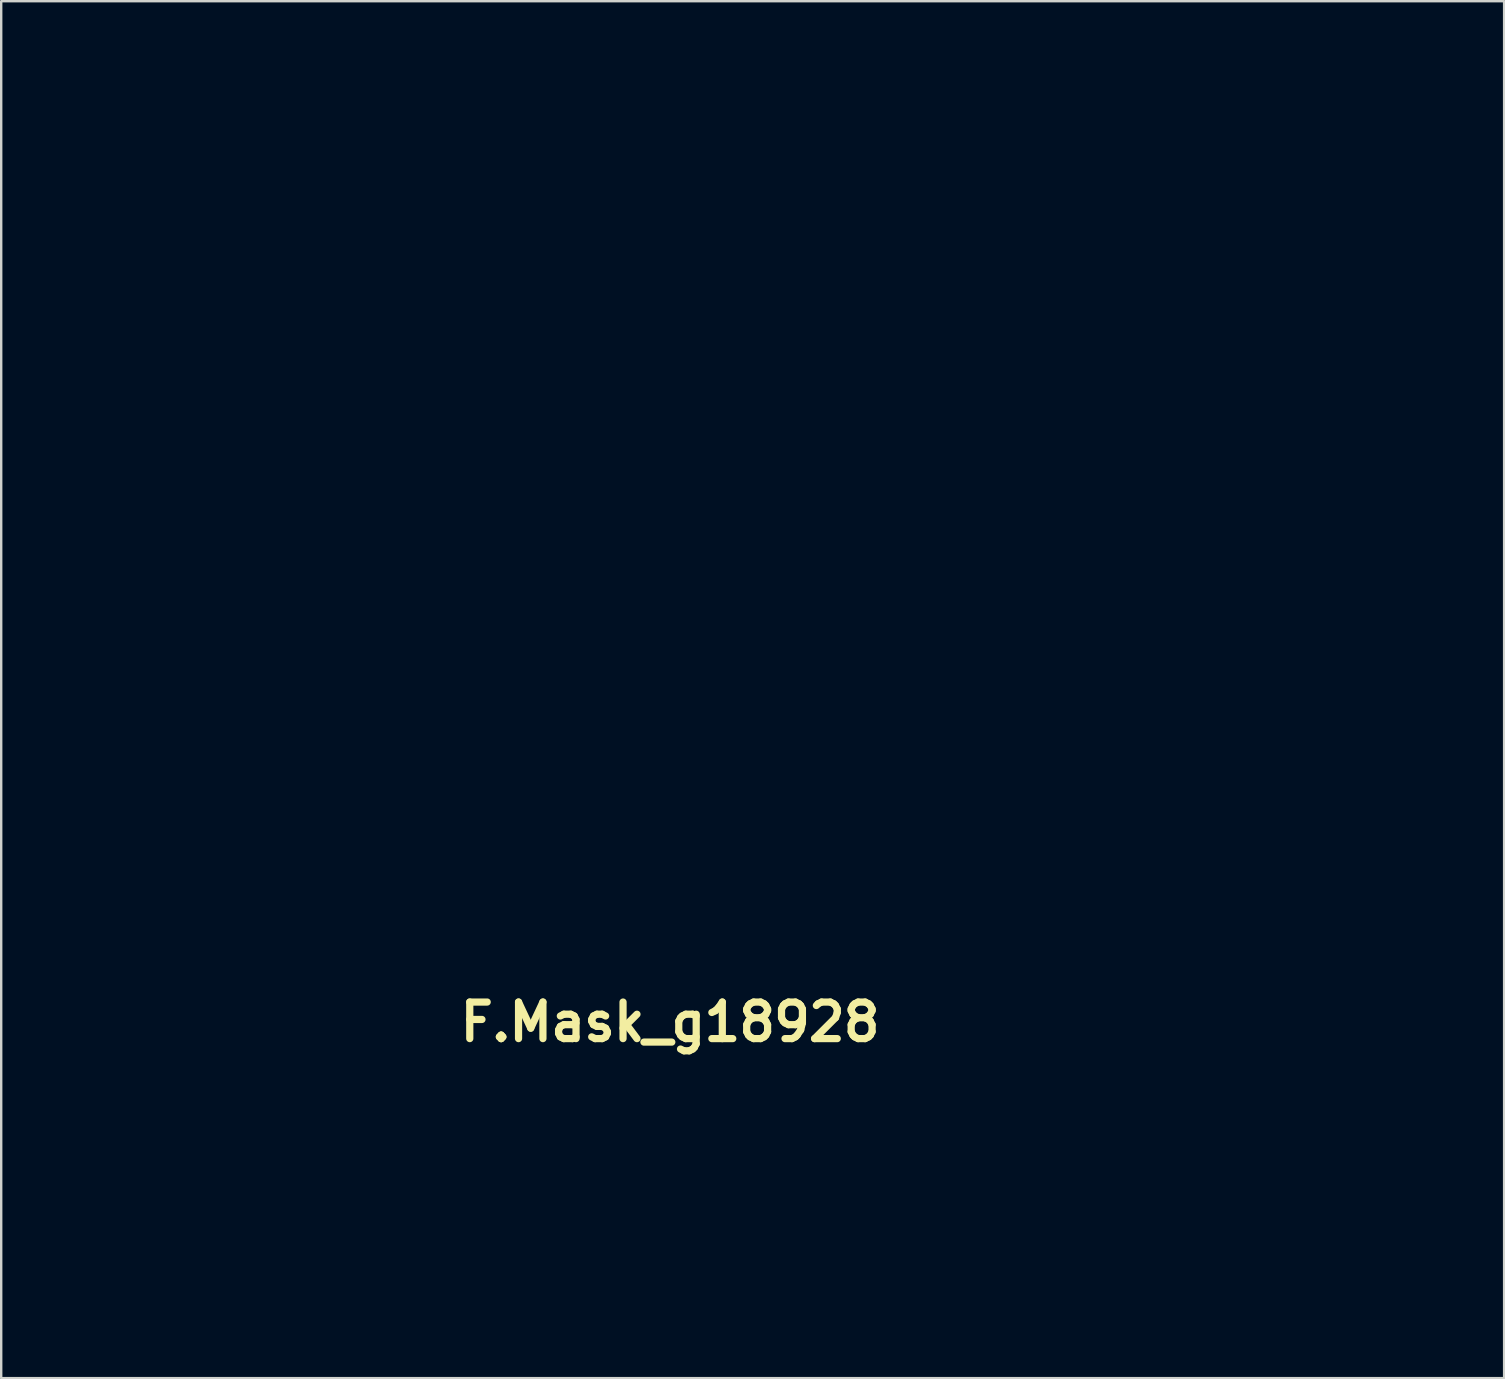
<source format=kicad_pcb>
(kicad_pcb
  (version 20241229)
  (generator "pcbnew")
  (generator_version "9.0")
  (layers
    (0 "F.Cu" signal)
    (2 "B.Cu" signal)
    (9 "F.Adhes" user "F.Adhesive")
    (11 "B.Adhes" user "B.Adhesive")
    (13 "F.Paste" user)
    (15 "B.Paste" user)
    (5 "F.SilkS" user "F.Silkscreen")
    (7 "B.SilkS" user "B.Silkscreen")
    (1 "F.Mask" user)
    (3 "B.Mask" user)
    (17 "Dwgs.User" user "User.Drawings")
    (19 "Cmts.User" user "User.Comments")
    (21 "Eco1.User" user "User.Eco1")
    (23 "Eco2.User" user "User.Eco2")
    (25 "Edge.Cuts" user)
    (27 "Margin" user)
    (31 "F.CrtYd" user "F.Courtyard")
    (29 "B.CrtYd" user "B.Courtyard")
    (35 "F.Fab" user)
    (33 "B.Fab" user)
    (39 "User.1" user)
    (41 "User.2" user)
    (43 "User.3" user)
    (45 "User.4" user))
  (footprint "F.Mask_g18928"
    (layer "F.Cu")
    (at 24.871 39.539)
    (property "Reference" "F.Mask_g18928" (at 0 0 0) (layer "F.SilkS") (effects (font (size 1.524 1.524) (thickness 0.3))))
    (attr through_hole)
    (fp_poly (pts (xy -21.534 -19.833) (xy -21.523 -19.66) (xy -21.534 -19.622) (xy -21.565 -19.611) (xy -21.577 -19.727) (xy -21.563 -19.848) (xy -21.534 -19.833)) (stroke (width 0.01) (type solid)) (fill yes) (layer "F.Mask"))
    (fp_poly (pts (xy 23.604 -22.479) (xy 23.687 -22.368) (xy 23.65 -22.282) (xy 23.587 -22.267) (xy 23.47 -22.336) (xy 23.453 -22.401) (xy 23.502 -22.494) (xy 23.604 -22.479)) (stroke (width 0.01) (type solid)) (fill yes) (layer "F.Mask"))
    (fp_poly (pts (xy -19.757 -29.512) (xy -19.727 -29.464) (xy -19.8 -29.401) (xy -19.944 -29.379) (xy -20.088 -29.406) (xy -20.108 -29.464) (xy -19.989 -29.535) (xy -19.892 -29.549) (xy -19.757 -29.512)) (stroke (width 0.01) (type solid)) (fill yes) (layer "F.Mask"))
    (fp_poly (pts (xy 12.786 -25.526) (xy 12.831 -25.429) (xy 12.767 -25.334) (xy 12.7 -25.315) (xy 12.59 -25.376) (xy 12.577 -25.394) (xy 12.582 -25.495) (xy 12.684 -25.548) (xy 12.786 -25.526)) (stroke (width 0.01) (type solid)) (fill yes) (layer "F.Mask"))
    (fp_poly (pts (xy 21.051 -24.416) (xy 21.082 -24.342) (xy 21.011 -24.238) (xy 20.913 -24.215) (xy 20.775 -24.268) (xy 20.743 -24.342) (xy 20.814 -24.445) (xy 20.913 -24.469) (xy 21.051 -24.416)) (stroke (width 0.01) (type solid)) (fill yes) (layer "F.Mask"))
    (fp_poly (pts (xy 23.791 -22.927) (xy 23.791 -22.918) (xy 23.748 -22.777) (xy 23.657 -22.72) (xy 23.586 -22.764) (xy 23.603 -22.873) (xy 23.665 -22.945) (xy 23.765 -23.004) (xy 23.791 -22.927)) (stroke (width 0.01) (type solid)) (fill yes) (layer "F.Mask"))
    (fp_poly (pts (xy 28.372 -23.942) (xy 28.376 -23.918) (xy 28.31 -23.819) (xy 28.285 -23.808) (xy 28.208 -23.848) (xy 28.194 -23.918) (xy 28.237 -24.024) (xy 28.285 -24.029) (xy 28.372 -23.942)) (stroke (width 0.01) (type solid)) (fill yes) (layer "F.Mask"))
    (fp_poly (pts (xy -3.38 -30.247) (xy -3.321 -30.096) (xy -3.388 -29.929) (xy -3.533 -29.813) (xy -3.654 -29.862) (xy -3.711 -29.951) (xy -3.757 -30.154) (xy -3.67 -30.283) (xy -3.546 -30.311) (xy -3.38 -30.247)) (stroke (width 0.01) (type solid)) (fill yes) (layer "F.Mask"))
    (fp_poly (pts (xy 19.912 -26.603) (xy 19.919 -26.597) (xy 19.963 -26.48) (xy 19.879 -26.399) (xy 19.708 -26.394) (xy 19.706 -26.394) (xy 19.58 -26.462) (xy 19.558 -26.51) (xy 19.626 -26.612) (xy 19.772 -26.65) (xy 19.912 -26.603)) (stroke (width 0.01) (type solid)) (fill yes) (layer "F.Mask"))
    (fp_poly (pts (xy -4.064 -29.744) (xy -3.997 -29.613) (xy -4.042 -29.481) (xy -4.073 -29.457) (xy -4.252 -29.392) (xy -4.436 -29.389) (xy -4.556 -29.446) (xy -4.572 -29.489) (xy -4.498 -29.667) (xy -4.322 -29.785) (xy -4.214 -29.803) (xy -4.064 -29.744)) (stroke (width 0.01) (type solid)) (fill yes) (layer "F.Mask"))
    (fp_poly (pts (xy 19.156 -26.808) (xy 19.332 -26.767) (xy 19.41 -26.756) (xy 19.472 -26.69) (xy 19.473 -26.67) (xy 19.4 -26.611) (xy 19.222 -26.585) (xy 19.219 -26.585) (xy 19.024 -26.619) (xy 18.965 -26.722) (xy 19.01 -26.818) (xy 19.156 -26.808)) (stroke (width 0.01) (type solid)) (fill yes) (layer "F.Mask"))
    (fp_poly (pts (xy 22.502 -27.489) (xy 22.63 -27.429) (xy 22.648 -27.39) (xy 22.577 -27.322) (xy 22.41 -27.284) (xy 22.22 -27.282) (xy 22.081 -27.321) (xy 22.058 -27.343) (xy 22.073 -27.445) (xy 22.129 -27.482) (xy 22.311 -27.511) (xy 22.502 -27.489)) (stroke (width 0.01) (type solid)) (fill yes) (layer "F.Mask"))
    (fp_poly (pts (xy 24.484 -22.624) (xy 24.524 -22.524) (xy 24.434 -22.397) (xy 24.386 -22.354) (xy 24.171 -22.214) (xy 23.997 -22.184) (xy 23.899 -22.263) (xy 23.891 -22.371) (xy 23.983 -22.536) (xy 24.16 -22.649) (xy 24.356 -22.68) (xy 24.484 -22.624)) (stroke (width 0.01) (type solid)) (fill yes) (layer "F.Mask"))
    (fp_poly (pts (xy 25.717 -26.072) (xy 25.911 -25.967) (xy 26.056 -25.855) (xy 26.095 -25.781) (xy 26.023 -25.683) (xy 25.864 -25.694) (xy 25.657 -25.808) (xy 25.6 -25.854) (xy 25.461 -26.004) (xy 25.418 -26.115) (xy 25.426 -26.132) (xy 25.535 -26.137) (xy 25.717 -26.072)) (stroke (width 0.01) (type solid)) (fill yes) (layer "F.Mask"))
    (fp_poly (pts (xy 21.163 -27.676) (xy 21.399 -27.649) (xy 21.503 -27.609) (xy 21.505 -27.601) (xy 21.426 -27.559) (xy 21.21 -27.53) (xy 20.889 -27.517) (xy 20.828 -27.517) (xy 20.493 -27.527) (xy 20.257 -27.554) (xy 20.153 -27.594) (xy 20.151 -27.601) (xy 20.23 -27.643) (xy 20.446 -27.673) (xy 20.767 -27.686) (xy 20.828 -27.686) (xy 21.163 -27.676)) (stroke (width 0.01) (type solid)) (fill yes) (layer "F.Mask"))
    (fp_poly (pts (xy 11.969 -30.644) (xy 12.152 -30.463) (xy 12.259 -30.223) (xy 12.266 -29.952) (xy 12.148 -29.676) (xy 12.086 -29.599) (xy 11.807 -29.389) (xy 11.5 -29.341) (xy 11.239 -29.426) (xy 11.095 -29.528) (xy 11.027 -29.664) (xy 11.007 -29.895) (xy 11.007 -29.96) (xy 11.029 -30.251) (xy 11.112 -30.447) (xy 11.214 -30.56) (xy 11.475 -30.72) (xy 11.735 -30.738) (xy 11.969 -30.644)) (stroke (width 0.01) (type solid)) (fill yes) (layer "F.Mask"))
    (fp_poly (pts (xy -7.281 2.908) (xy -7.288 3.277) (xy -7.314 3.517) (xy -7.365 3.667) (xy -7.436 3.755) (xy -7.683 3.882) (xy -7.956 3.883) (xy -8.192 3.763) (xy -8.267 3.677) (xy -8.344 3.529) (xy -8.369 3.366) (xy -8.346 3.129) (xy -8.315 2.949) (xy -8.234 2.588) (xy -8.136 2.365) (xy -7.994 2.248) (xy -7.779 2.205) (xy -7.652 2.201) (xy -7.281 2.201) (xy -7.281 2.908)) (stroke (width 0.01) (type solid)) (fill yes) (layer "F.Mask"))
    (fp_poly (pts (xy 7.121 8.829) (xy 7.244 8.93) (xy 7.328 9.099) (xy 7.42 9.414) (xy 7.446 9.721) (xy 7.403 9.964) (xy 7.336 10.065) (xy 7.186 10.134) (xy 6.943 10.195) (xy 6.834 10.213) (xy 6.446 10.266) (xy 6.388 9.954) (xy 6.361 9.613) (xy 6.393 9.274) (xy 6.476 9.004) (xy 6.526 8.925) (xy 6.673 8.843) (xy 6.898 8.806) (xy 6.915 8.805) (xy 7.121 8.829)) (stroke (width 0.01) (type solid)) (fill yes) (layer "F.Mask"))
    (fp_poly (pts (xy -5.032 -30.188) (xy -5.003 -30.1) (xy -5.115 -30.006) (xy -5.122 -30.003) (xy -5.235 -29.89) (xy -5.249 -29.826) (xy -5.227 -29.743) (xy -5.135 -29.792) (xy -5.119 -29.806) (xy -4.97 -29.868) (xy -4.882 -29.811) (xy -4.894 -29.682) (xy -4.954 -29.602) (xy -5.155 -29.476) (xy -5.34 -29.517) (xy -5.423 -29.596) (xy -5.487 -29.788) (xy -5.437 -30.001) (xy -5.299 -30.165) (xy -5.184 -30.211) (xy -5.032 -30.188)) (stroke (width 0.01) (type solid)) (fill yes) (layer "F.Mask"))
    (fp_poly (pts (xy 1.814 2.053) (xy 2.139 2.134) (xy 2.454 2.297) (xy 2.692 2.586) (xy 2.868 3.018) (xy 2.885 3.076) (xy 2.931 3.326) (xy 2.894 3.509) (xy 2.84 3.605) (xy 2.65 3.783) (xy 2.436 3.801) (xy 2.213 3.66) (xy 2.078 3.492) (xy 1.959 3.278) (xy 1.823 2.984) (xy 1.693 2.664) (xy 1.588 2.37) (xy 1.53 2.155) (xy 1.524 2.103) (xy 1.598 2.04) (xy 1.814 2.053)) (stroke (width 0.01) (type solid)) (fill yes) (layer "F.Mask"))
    (fp_poly (pts (xy 9.163 3.887) (xy 9.402 3.968) (xy 9.595 4.062) (xy 9.658 4.114) (xy 9.711 4.293) (xy 9.68 4.553) (xy 9.579 4.836) (xy 9.422 5.086) (xy 9.203 5.268) (xy 8.976 5.332) (xy 8.786 5.271) (xy 8.744 5.228) (xy 8.646 5.059) (xy 8.604 4.96) (xy 8.588 4.791) (xy 8.61 4.537) (xy 8.659 4.259) (xy 8.723 4.015) (xy 8.792 3.866) (xy 8.809 3.85) (xy 8.943 3.841) (xy 9.163 3.887)) (stroke (width 0.01) (type solid)) (fill yes) (layer "F.Mask"))
    (fp_poly (pts (xy -10.118 2.323) (xy -9.972 2.5) (xy -9.853 2.808) (xy -9.773 3.206) (xy -9.743 3.614) (xy -9.766 4.039) (xy -9.859 4.334) (xy -10.037 4.531) (xy -10.199 4.618) (xy -10.465 4.713) (xy -10.662 4.724) (xy -10.866 4.654) (xy -10.895 4.641) (xy -11.099 4.455) (xy -11.234 4.155) (xy -11.295 3.783) (xy -11.278 3.382) (xy -11.177 2.994) (xy -11.095 2.818) (xy -10.876 2.532) (xy -10.615 2.342) (xy -10.348 2.266) (xy -10.118 2.323)) (stroke (width 0.01) (type solid)) (fill yes) (layer "F.Mask"))
    (fp_poly (pts (xy -5.359 8.398) (xy -5.159 8.424) (xy -5.062 8.491) (xy -5.023 8.649) (xy -5.011 8.799) (xy -4.967 9.073) (xy -4.89 9.3) (xy -4.863 9.347) (xy -4.754 9.6) (xy -4.773 9.832) (xy -4.914 9.992) (xy -4.915 9.993) (xy -5.086 10.047) (xy -5.365 10.099) (xy -5.671 10.135) (xy -6.253 10.184) (xy -6.313 9.867) (xy -6.315 9.423) (xy -6.17 8.984) (xy -5.929 8.639) (xy -5.735 8.463) (xy -5.55 8.396) (xy -5.359 8.398)) (stroke (width 0.01) (type solid)) (fill yes) (layer "F.Mask"))
    (fp_poly (pts (xy -2.586 2.112) (xy -2.384 2.336) (xy -2.231 2.685) (xy -2.14 3.135) (xy -2.117 3.54) (xy -2.17 3.949) (xy -2.326 4.23) (xy -2.582 4.377) (xy -2.779 4.4) (xy -3.026 4.377) (xy -3.216 4.323) (xy -3.23 4.316) (xy -3.364 4.192) (xy -3.513 3.99) (xy -3.536 3.952) (xy -3.703 3.669) (xy -3.471 2.978) (xy -3.325 2.565) (xy -3.202 2.289) (xy -3.087 2.126) (xy -2.961 2.049) (xy -2.829 2.032) (xy -2.586 2.112)) (stroke (width 0.01) (type solid)) (fill yes) (layer "F.Mask"))
    (fp_poly (pts (xy -1.097 -34.244) (xy -1.036 -34.184) (xy -0.954 -34.008) (xy -0.876 -33.713) (xy -0.812 -33.351) (xy -0.771 -32.974) (xy -0.762 -32.726) (xy -0.806 -32.342) (xy -0.939 -32.102) (xy -1.163 -32.006) (xy -1.477 -32.051) (xy -1.582 -32.089) (xy -1.782 -32.248) (xy -1.911 -32.498) (xy -1.955 -32.78) (xy -1.897 -33.032) (xy -1.831 -33.125) (xy -1.733 -33.285) (xy -1.655 -33.517) (xy -1.651 -33.533) (xy -1.54 -33.906) (xy -1.402 -34.158) (xy -1.25 -34.275) (xy -1.097 -34.244)) (stroke (width 0.01) (type solid)) (fill yes) (layer "F.Mask"))
    (fp_poly (pts (xy 23.318 -27.239) (xy 23.34 -27.228) (xy 23.59 -27.111) (xy 23.791 -27.023) (xy 24.196 -26.852) (xy 24.544 -26.69) (xy 24.806 -26.551) (xy 24.954 -26.451) (xy 24.977 -26.419) (xy 24.947 -26.331) (xy 24.842 -26.311) (xy 24.64 -26.363) (xy 24.318 -26.489) (xy 24.168 -26.553) (xy 23.822 -26.705) (xy 23.501 -26.846) (xy 23.262 -26.951) (xy 23.22 -26.97) (xy 23.036 -27.083) (xy 22.946 -27.203) (xy 22.945 -27.219) (xy 22.977 -27.325) (xy 23.093 -27.331) (xy 23.318 -27.239)) (stroke (width 0.01) (type solid)) (fill yes) (layer "F.Mask"))
    (fp_poly (pts (xy -3.328 8.228) (xy -3.095 8.335) (xy -2.923 8.589) (xy -2.821 8.973) (xy -2.794 9.381) (xy -2.804 9.696) (xy -2.846 9.9) (xy -2.936 10.05) (xy -3.002 10.122) (xy -3.169 10.252) (xy -3.372 10.314) (xy -3.662 10.329) (xy -3.937 10.311) (xy -4.147 10.265) (xy -4.216 10.228) (xy -4.304 10.032) (xy -4.31 9.73) (xy -4.238 9.362) (xy -4.094 8.967) (xy -4.077 8.932) (xy -3.891 8.574) (xy -3.728 8.352) (xy -3.561 8.244) (xy -3.365 8.224) (xy -3.328 8.228)) (stroke (width 0.01) (type solid)) (fill yes) (layer "F.Mask"))
    (fp_poly (pts (xy -7.605 8.27) (xy -7.497 8.441) (xy -7.515 8.724) (xy -7.526 8.769) (xy -7.571 9.003) (xy -7.531 9.17) (xy -7.442 9.301) (xy -7.332 9.539) (xy -7.333 9.788) (xy -7.441 9.981) (xy -7.479 10.01) (xy -7.618 10.048) (xy -7.848 10.069) (xy -8.109 10.072) (xy -8.34 10.057) (xy -8.481 10.024) (xy -8.496 10.011) (xy -8.576 9.778) (xy -8.606 9.467) (xy -8.583 9.164) (xy -8.547 9.037) (xy -8.373 8.686) (xy -8.169 8.411) (xy -7.961 8.246) (xy -7.838 8.213) (xy -7.605 8.27)) (stroke (width 0.01) (type solid)) (fill yes) (layer "F.Mask"))
    (fp_poly (pts (xy -0.484 8.923) (xy -0.199 9.011) (xy -0.023 9.166) (xy 0.062 9.416) (xy 0.072 9.791) (xy 0.066 9.893) (xy 0.037 10.2) (xy 0.000321 10.444) (xy -0.035 10.572) (xy -0.161 10.636) (xy -0.4 10.661) (xy -0.702 10.648) (xy -1.015 10.599) (xy -1.228 10.539) (xy -1.44 10.463) (xy -1.571 10.42) (xy -1.587 10.415) (xy -1.621 10.34) (xy -1.603 10.154) (xy -1.545 9.903) (xy -1.456 9.634) (xy -1.4 9.504) (xy -1.192 9.155) (xy -0.955 8.96) (xy -0.663 8.903) (xy -0.484 8.923)) (stroke (width 0.01) (type solid)) (fill yes) (layer "F.Mask"))
    (fp_poly (pts (xy 0.606 2.147) (xy 0.681 2.331) (xy 0.729 2.67) (xy 0.751 3.168) (xy 0.752 3.202) (xy 0.745 3.612) (xy 0.698 3.889) (xy 0.598 4.068) (xy 0.43 4.184) (xy 0.328 4.224) (xy 0.084 4.297) (xy -0.098 4.3) (xy -0.311 4.231) (xy -0.393 4.196) (xy -0.652 3.998) (xy -0.789 3.685) (xy -0.801 3.258) (xy -0.761 2.999) (xy -0.634 2.595) (xy -0.454 2.322) (xy -0.232 2.196) (xy -0.191 2.19) (xy 0.171 2.16) (xy 0.402 2.13) (xy 0.503 2.108) (xy 0.606 2.147)) (stroke (width 0.01) (type solid)) (fill yes) (layer "F.Mask"))
    (fp_poly (pts (xy -5.034 1.987) (xy -4.927 2.065) (xy -4.877 2.134) (xy -4.738 2.459) (xy -4.673 2.86) (xy -4.68 3.28) (xy -4.757 3.668) (xy -4.902 3.969) (xy -4.956 4.032) (xy -5.23 4.197) (xy -5.565 4.246) (xy -5.899 4.178) (xy -6.153 4.015) (xy -6.269 3.884) (xy -6.33 3.75) (xy -6.348 3.561) (xy -6.334 3.263) (xy -6.331 3.221) (xy -6.284 2.866) (xy -6.206 2.527) (xy -6.129 2.318) (xy -6.029 2.131) (xy -5.924 2.03) (xy -5.759 1.985) (xy -5.487 1.964) (xy -5.203 1.958) (xy -5.034 1.987)) (stroke (width 0.01) (type solid)) (fill yes) (layer "F.Mask"))
    (fp_poly (pts (xy 5.026 2.737) (xy 5.248 2.809) (xy 5.462 2.886) (xy 5.9 3.124) (xy 6.203 3.462) (xy 6.376 3.905) (xy 6.415 4.175) (xy 6.426 4.448) (xy 6.389 4.623) (xy 6.282 4.771) (xy 6.202 4.85) (xy 5.962 5.02) (xy 5.699 5.126) (xy 5.663 5.133) (xy 5.429 5.14) (xy 5.245 5.045) (xy 5.152 4.96) (xy 4.985 4.733) (xy 4.881 4.487) (xy 4.879 4.476) (xy 4.849 4.243) (xy 4.832 3.934) (xy 4.826 3.592) (xy 4.832 3.257) (xy 4.849 2.971) (xy 4.875 2.775) (xy 4.907 2.709) (xy 5.026 2.737)) (stroke (width 0.01) (type solid)) (fill yes) (layer "F.Mask"))
    (fp_poly (pts (xy -9.823 7.409) (xy -9.701 7.481) (xy -9.538 7.649) (xy -9.354 7.931) (xy -9.175 8.277) (xy -9.025 8.638) (xy -8.929 8.965) (xy -8.914 9.051) (xy -8.904 9.328) (xy -8.976 9.516) (xy -9.019 9.569) (xy -9.203 9.701) (xy -9.393 9.732) (xy -9.523 9.655) (xy -9.633 9.611) (xy -9.823 9.623) (xy -10.001 9.632) (xy -10.163 9.559) (xy -10.367 9.377) (xy -10.37 9.374) (xy -10.549 9.175) (xy -10.637 8.995) (xy -10.666 8.756) (xy -10.668 8.623) (xy -10.599 8.137) (xy -10.398 7.743) (xy -10.122 7.488) (xy -9.954 7.397) (xy -9.823 7.409)) (stroke (width 0.01) (type solid)) (fill yes) (layer "F.Mask"))
    (fp_poly (pts (xy 2.054 9.293) (xy 2.099 9.337) (xy 2.255 9.588) (xy 2.386 9.957) (xy 2.48 10.395) (xy 2.526 10.85) (xy 2.524 11.149) (xy 2.487 11.464) (xy 2.427 11.698) (xy 2.356 11.829) (xy 2.286 11.833) (xy 2.236 11.725) (xy 2.13 11.561) (xy 1.925 11.373) (xy 1.677 11.204) (xy 1.443 11.092) (xy 1.318 11.071) (xy 1.077 11.025) (xy 0.874 10.883) (xy 0.767 10.689) (xy 0.762 10.639) (xy 0.805 10.318) (xy 0.915 9.953) (xy 1.067 9.614) (xy 1.235 9.372) (xy 1.239 9.367) (xy 1.513 9.185) (xy 1.795 9.16) (xy 2.054 9.293)) (stroke (width 0.01) (type solid)) (fill yes) (layer "F.Mask"))
    (fp_poly (pts (xy 10.684 4.414) (xy 10.918 4.56) (xy 11.246 4.825) (xy 11.434 5.1) (xy 11.508 5.43) (xy 11.512 5.53) (xy 11.472 5.891) (xy 11.343 6.108) (xy 11.127 6.181) (xy 11.126 6.181) (xy 10.98 6.192) (xy 10.971 6.256) (xy 11.044 6.369) (xy 11.154 6.554) (xy 11.14 6.672) (xy 10.987 6.781) (xy 10.926 6.813) (xy 10.608 6.926) (xy 10.325 6.931) (xy 10.12 6.831) (xy 10.07 6.764) (xy 10.021 6.593) (xy 10.028 6.34) (xy 10.069 6.066) (xy 10.13 5.689) (xy 10.19 5.255) (xy 10.225 4.954) (xy 10.277 4.598) (xy 10.354 4.399) (xy 10.482 4.342) (xy 10.684 4.414)) (stroke (width 0.01) (type solid)) (fill yes) (layer "F.Mask"))
    (fp_poly (pts (xy -7.397 -30.998) (xy -7.303 -30.805) (xy -7.233 -30.6) (xy -7.159 -30.331) (xy -7.138 -30.169) (xy -7.175 -30.057) (xy -7.273 -29.938) (xy -7.288 -29.923) (xy -7.496 -29.748) (xy -7.661 -29.727) (xy -7.796 -29.864) (xy -7.914 -30.165) (xy -7.92 -30.184) (xy -8.005 -30.435) (xy -8.083 -30.604) (xy -8.127 -30.649) (xy -8.247 -30.614) (xy -8.436 -30.53) (xy -8.439 -30.529) (xy -8.636 -30.454) (xy -8.94 -30.364) (xy -9.291 -30.278) (xy -9.356 -30.264) (xy -9.721 -30.178) (xy -10.149 -30.066) (xy -10.598 -29.939) (xy -11.029 -29.81) (xy -11.402 -29.691) (xy -11.678 -29.592) (xy -11.789 -29.543) (xy -11.977 -29.475) (xy -12.061 -29.464) (xy -12.207 -29.426) (xy -12.463 -29.323) (xy -12.793 -29.173) (xy -13.159 -28.996) (xy -13.524 -28.809) (xy -13.851 -28.631) (xy -14.103 -28.481) (xy -14.216 -28.399) (xy -14.478 -28.179) (xy -14.478 -27.177) (xy -14.473 -26.719) (xy -14.451 -26.354) (xy -14.404 -26.02) (xy -14.322 -25.655) (xy -14.196 -25.197) (xy -14.182 -25.146) (xy -14.069 -24.749) (xy -13.976 -24.411) (xy -13.912 -24.164) (xy -13.886 -24.043) (xy -13.885 -24.039) (xy -13.944 -23.961) (xy -14.081 -23.97) (xy -14.241 -24.05) (xy -14.355 -24.167) (xy -14.575 -24.599) (xy -14.764 -25.163) (xy -14.914 -25.821) (xy -15.018 -26.538) (xy -15.068 -27.276) (xy -15.071 -27.507) (xy -15.071 -28.321) (xy -14.775 -28.557) (xy -14.242 -28.919) (xy -13.551 -29.286) (xy -12.712 -29.651) (xy -11.736 -30.012) (xy -10.633 -30.363) (xy -10.368 -30.44) (xy -9.828 -30.588) (xy -9.271 -30.729) (xy -8.731 -30.854) (xy -8.24 -30.958) (xy -7.832 -31.032) (xy -7.542 -31.069) (xy -7.474 -31.072) (xy -7.397 -30.998)) (stroke (width 0.01) (type solid)) (fill yes) (layer "F.Mask"))
    (fp_poly (pts (xy 10.032 -39.534) (xy 10.316 -39.521) (xy 10.471 -39.495) (xy 10.493 -39.476) (xy 10.424 -39.406) (xy 10.242 -39.269) (xy 9.977 -39.087) (xy 9.764 -38.947) (xy 9.287 -38.611) (xy 8.894 -38.258) (xy 8.51 -37.82) (xy 8.499 -37.807) (xy 8.271 -37.509) (xy 8.091 -37.247) (xy 7.981 -37.055) (xy 7.959 -36.985) (xy 7.893 -36.876) (xy 7.689 -36.733) (xy 7.337 -36.547) (xy 7.224 -36.494) (xy 6.571 -36.166) (xy 5.902 -35.792) (xy 5.255 -35.395) (xy 4.668 -34.999) (xy 4.178 -34.627) (xy 3.939 -34.419) (xy 3.659 -34.158) (xy 3.478 -33.993) (xy 3.374 -33.907) (xy 3.32 -33.882) (xy 3.293 -33.9) (xy 3.276 -33.93) (xy 3.241 -34.038) (xy 3.183 -34.267) (xy 3.113 -34.571) (xy 3.098 -34.641) (xy 2.934 -35.176) (xy 2.686 -35.722) (xy 2.388 -36.217) (xy 2.126 -36.542) (xy 1.99 -36.792) (xy 1.994 -37.12) (xy 2.138 -37.532) (xy 2.314 -37.86) (xy 2.593 -38.214) (xy 2.968 -38.538) (xy 3.381 -38.79) (xy 3.725 -38.915) (xy 3.956 -38.985) (xy 4.204 -39.082) (xy 4.447 -39.163) (xy 4.68 -39.197) (xy 4.852 -39.183) (xy 4.911 -39.124) (xy 4.856 -39.036) (xy 4.709 -38.851) (xy 4.49 -38.596) (xy 4.224 -38.299) (xy 4.223 -38.299) (xy 3.831 -37.859) (xy 3.517 -37.483) (xy 3.293 -37.183) (xy 3.167 -36.973) (xy 3.151 -36.868) (xy 3.152 -36.867) (xy 3.218 -36.903) (xy 3.327 -37.048) (xy 3.366 -37.111) (xy 3.586 -37.362) (xy 3.932 -37.616) (xy 4.364 -37.847) (xy 4.841 -38.03) (xy 4.901 -38.048) (xy 5.324 -38.23) (xy 5.761 -38.519) (xy 5.832 -38.576) (xy 6.28 -38.912) (xy 6.718 -39.151) (xy 7.194 -39.314) (xy 7.758 -39.417) (xy 8.165 -39.459) (xy 8.688 -39.496) (xy 9.192 -39.521) (xy 9.649 -39.534) (xy 10.032 -39.534)) (stroke (width 0.01) (type solid)) (fill yes) (layer "F.Mask"))
    (fp_poly (pts (xy -11.255 -10.981) (xy -10.861 -10.937) (xy -10.48 -10.866) (xy -10.202 -10.788) (xy -9.714 -10.562) (xy -9.206 -10.228) (xy -8.72 -9.823) (xy -8.296 -9.382) (xy -7.975 -8.941) (xy -7.881 -8.764) (xy -7.746 -8.424) (xy -7.608 -7.994) (xy -7.48 -7.523) (xy -7.374 -7.063) (xy -7.304 -6.665) (xy -7.281 -6.403) (xy -7.321 -6.085) (xy -7.422 -5.785) (xy -7.564 -5.552) (xy -7.722 -5.435) (xy -7.734 -5.432) (xy -7.889 -5.471) (xy -8.086 -5.6) (xy -8.266 -5.769) (xy -8.373 -5.93) (xy -8.382 -5.977) (xy -8.426 -6.063) (xy -8.53 -6.04) (xy -8.653 -5.936) (xy -8.752 -5.778) (xy -8.768 -5.73) (xy -8.886 -5.508) (xy -9.039 -5.434) (xy -9.214 -5.343) (xy -9.351 -5.174) (xy -9.468 -5.008) (xy -9.674 -4.774) (xy -9.93 -4.513) (xy -10.011 -4.436) (xy -10.42 -4.096) (xy -10.83 -3.858) (xy -11.285 -3.706) (xy -11.833 -3.62) (xy -12.192 -3.595) (xy -12.584 -3.584) (xy -12.884 -3.604) (xy -13.17 -3.667) (xy -13.516 -3.785) (xy -13.562 -3.802) (xy -14.155 -4.057) (xy -14.613 -4.343) (xy -14.971 -4.687) (xy -15.263 -5.119) (xy -15.355 -5.292) (xy -15.601 -5.886) (xy -15.721 -6.454) (xy -15.715 -7.032) (xy -15.584 -7.656) (xy -15.516 -7.847) (xy -12.869 -7.847) (xy -12.805 -7.687) (xy -12.646 -7.485) (xy -12.437 -7.29) (xy -12.247 -7.164) (xy -12.043 -7.089) (xy -11.853 -7.111) (xy -11.739 -7.154) (xy -11.56 -7.255) (xy -11.476 -7.4) (xy -11.447 -7.608) (xy -11.482 -7.946) (xy -11.645 -8.173) (xy -11.931 -8.286) (xy -12.096 -8.297) (xy -12.36 -8.254) (xy -12.611 -8.143) (xy -12.798 -7.996) (xy -12.869 -7.847) (xy -15.516 -7.847) (xy -15.365 -8.27) (xy -15.084 -8.873) (xy -14.775 -9.345) (xy -14.403 -9.727) (xy -13.933 -10.057) (xy -13.607 -10.237) (xy -13.222 -10.45) (xy -12.996 -10.609) (xy -12.927 -10.715) (xy -12.929 -10.725) (xy -12.915 -10.796) (xy -12.784 -10.825) (xy -12.586 -10.825) (xy -12.319 -10.839) (xy -12.113 -10.893) (xy -12.067 -10.92) (xy -11.902 -10.976) (xy -11.616 -10.995) (xy -11.255 -10.981)) (stroke (width 0.01) (type solid)) (fill yes) (layer "F.Mask"))
    (fp_poly (pts (xy 8.334 -11.09) (xy 8.794 -11.073) (xy 9.225 -11.046) (xy 9.587 -11.01) (xy 9.841 -10.967) (xy 9.846 -10.965) (xy 10.62 -10.684) (xy 11.379 -10.258) (xy 12.093 -9.713) (xy 12.733 -9.072) (xy 13.269 -8.361) (xy 13.535 -7.899) (xy 13.642 -7.68) (xy 13.707 -7.532) (xy 13.716 -7.501) (xy 13.641 -7.469) (xy 13.456 -7.44) (xy 13.399 -7.435) (xy 13.081 -7.408) (xy 13.056 -6.874) (xy 13.028 -6.555) (xy 12.98 -6.395) (xy 12.929 -6.372) (xy 12.84 -6.473) (xy 12.799 -6.611) (xy 12.747 -6.803) (xy 12.693 -6.896) (xy 12.656 -6.857) (xy 12.63 -6.669) (xy 12.617 -6.348) (xy 12.615 -6.173) (xy 12.552 -5.268) (xy 12.355 -4.459) (xy 12.018 -3.728) (xy 11.533 -3.055) (xy 11.116 -2.624) (xy 10.478 -2.102) (xy 9.832 -1.726) (xy 9.138 -1.479) (xy 8.756 -1.395) (xy 8.377 -1.331) (xy 8.086 -1.297) (xy 7.821 -1.292) (xy 7.517 -1.314) (xy 7.112 -1.362) (xy 7.089 -1.365) (xy 6.657 -1.44) (xy 6.235 -1.548) (xy 5.864 -1.674) (xy 5.583 -1.806) (xy 5.443 -1.918) (xy 5.301 -2.041) (xy 5.079 -2.172) (xy 5.019 -2.2) (xy 4.663 -2.414) (xy 4.278 -2.734) (xy 3.911 -3.114) (xy 3.607 -3.509) (xy 3.492 -3.7) (xy 3.309 -4.121) (xy 3.157 -4.616) (xy 3.047 -5.129) (xy 2.992 -5.604) (xy 3.003 -5.978) (xy 3.144 -6.401) (xy 3.172 -6.442) (xy 7.535 -6.442) (xy 7.605 -6.091) (xy 7.789 -5.791) (xy 8.055 -5.583) (xy 8.367 -5.504) (xy 8.37 -5.504) (xy 8.661 -5.551) (xy 8.94 -5.664) (xy 8.948 -5.669) (xy 9.194 -5.909) (xy 9.331 -6.233) (xy 9.351 -6.588) (xy 9.248 -6.922) (xy 9.154 -7.057) (xy 8.834 -7.323) (xy 8.495 -7.438) (xy 8.166 -7.414) (xy 7.879 -7.262) (xy 7.663 -6.994) (xy 7.547 -6.62) (xy 7.535 -6.442) (xy 3.172 -6.442) (xy 3.308 -6.641) (xy 3.454 -6.823) (xy 3.487 -6.924) (xy 3.43 -6.973) (xy 3.332 -7.094) (xy 3.305 -7.328) (xy 3.347 -7.635) (xy 3.454 -7.976) (xy 3.501 -8.086) (xy 3.666 -8.394) (xy 3.856 -8.68) (xy 4.042 -8.908) (xy 4.195 -9.041) (xy 4.251 -9.059) (xy 4.342 -9.117) (xy 4.521 -9.274) (xy 4.761 -9.504) (xy 4.99 -9.737) (xy 5.304 -10.047) (xy 5.565 -10.273) (xy 5.752 -10.396) (xy 5.812 -10.414) (xy 5.98 -10.44) (xy 6.041 -10.472) (xy 6.192 -10.558) (xy 6.445 -10.648) (xy 6.737 -10.722) (xy 7.001 -10.763) (xy 7.027 -10.764) (xy 7.204 -10.776) (xy 7.22 -10.79) (xy 7.091 -10.813) (xy 6.905 -10.872) (xy 6.868 -10.954) (xy 6.99 -11.039) (xy 6.992 -11.04) (xy 7.173 -11.072) (xy 7.484 -11.091) (xy 7.884 -11.097) (xy 8.334 -11.09)) (stroke (width 0.01) (type solid)) (fill yes) (layer "F.Mask"))
    (fp_poly (pts (xy -2.613 -37.71) (xy -2.463 -37.681) (xy -1.993 -37.582) (xy -1.665 -37.5) (xy -1.456 -37.42) (xy -1.343 -37.326) (xy -1.3 -37.202) (xy -1.306 -37.031) (xy -1.321 -36.906) (xy -1.346 -36.639) (xy -1.317 -36.466) (xy -1.217 -36.317) (xy -1.154 -36.249) (xy -0.93 -36.015) (xy -1.213 -35.682) (xy -1.437 -35.391) (xy -1.655 -35.065) (xy -1.714 -34.967) (xy -1.893 -34.597) (xy -2.065 -34.142) (xy -2.212 -33.657) (xy -2.319 -33.2) (xy -2.369 -32.826) (xy -2.371 -32.764) (xy -2.353 -32.485) (xy -2.276 -32.286) (xy -2.103 -32.081) (xy -2.076 -32.053) (xy -1.729 -31.792) (xy -1.364 -31.697) (xy -0.959 -31.761) (xy -0.857 -31.798) (xy -0.638 -31.903) (xy -0.492 -32.032) (xy -0.412 -32.214) (xy -0.389 -32.479) (xy -0.416 -32.856) (xy -0.466 -33.25) (xy -0.558 -34.037) (xy -0.588 -34.67) (xy -0.559 -35.155) (xy -0.514 -35.369) (xy -0.478 -35.587) (xy -0.514 -35.691) (xy -0.592 -35.791) (xy -0.503 -35.889) (xy -0.252 -35.982) (xy -0.213 -35.992) (xy 0.041 -36.081) (xy 0.241 -36.227) (xy 0.447 -36.476) (xy 0.465 -36.501) (xy 0.664 -36.742) (xy 0.839 -36.887) (xy 0.921 -36.915) (xy 1.054 -36.853) (xy 1.261 -36.687) (xy 1.512 -36.448) (xy 1.779 -36.167) (xy 2.032 -35.874) (xy 2.241 -35.6) (xy 2.369 -35.394) (xy 2.536 -34.979) (xy 2.675 -34.473) (xy 2.766 -33.955) (xy 2.793 -33.572) (xy 2.782 -33.324) (xy 2.752 -32.952) (xy 2.707 -32.488) (xy 2.65 -31.963) (xy 2.585 -31.408) (xy 2.515 -30.854) (xy 2.446 -30.333) (xy 2.38 -29.876) (xy 2.321 -29.514) (xy 2.274 -29.279) (xy 2.261 -29.232) (xy 2.175 -29.029) (xy 2.09 -28.912) (xy 2.074 -28.904) (xy 1.968 -28.932) (xy 1.749 -29.025) (xy 1.45 -29.167) (xy 1.195 -29.297) (xy 0.864 -29.472) (xy 0.591 -29.62) (xy 0.41 -29.723) (xy 0.355 -29.758) (xy 0.331 -29.863) (xy 0.324 -30.077) (xy 0.327 -30.211) (xy 0.313 -30.532) (xy 0.221 -30.768) (xy 0.167 -30.845) (xy -0.041 -31.03) (xy -0.277 -31.076) (xy -0.559 -30.982) (xy -0.903 -30.744) (xy -1.009 -30.656) (xy -1.49 -30.238) (xy -1.753 -30.405) (xy -1.975 -30.615) (xy -2.15 -30.906) (xy -2.159 -30.928) (xy -2.285 -31.198) (xy -2.419 -31.344) (xy -2.614 -31.401) (xy -2.815 -31.41) (xy -3.133 -31.411) (xy -3.133 -32.163) (xy -3.14 -32.56) (xy -3.171 -32.822) (xy -3.242 -32.985) (xy -3.368 -33.081) (xy -3.566 -33.146) (xy -3.582 -33.15) (xy -3.725 -33.168) (xy -3.856 -33.121) (xy -4.017 -32.986) (xy -4.194 -32.801) (xy -4.569 -32.392) (xy -4.954 -32.579) (xy -5.354 -32.731) (xy -5.666 -32.757) (xy -5.879 -32.658) (xy -5.935 -32.581) (xy -6.011 -32.33) (xy -6.04 -31.995) (xy -6.019 -31.658) (xy -5.984 -31.495) (xy -5.966 -31.342) (xy -6.029 -31.18) (xy -6.193 -30.962) (xy -6.225 -30.923) (xy -6.457 -30.695) (xy -6.655 -30.58) (xy -6.796 -30.583) (xy -6.857 -30.712) (xy -6.858 -30.74) (xy -6.907 -30.981) (xy -7.027 -31.219) (xy -7.146 -31.347) (xy -7.284 -31.386) (xy -7.516 -31.408) (xy -7.601 -31.41) (xy -7.87 -31.437) (xy -8.003 -31.521) (xy -8.017 -31.549) (xy -8.03 -31.72) (xy -8.002 -32.002) (xy -7.94 -32.347) (xy -7.855 -32.704) (xy -7.757 -33.023) (xy -7.709 -33.147) (xy -7.571 -33.391) (xy -7.327 -33.741) (xy -6.988 -34.184) (xy -6.565 -34.705) (xy -6.069 -35.288) (xy -5.702 -35.707) (xy -5.401 -36.064) (xy -5.208 -36.331) (xy -5.131 -36.499) (xy -5.134 -36.532) (xy -5.121 -36.642) (xy -5.047 -36.661) (xy -4.928 -36.704) (xy -4.911 -36.745) (xy -4.988 -36.791) (xy -5.189 -36.819) (xy -5.397 -36.825) (xy -5.679 -36.816) (xy -5.958 -36.79) (xy -6.266 -36.742) (xy -6.64 -36.666) (xy -7.111 -36.555) (xy -7.651 -36.419) (xy -7.959 -36.372) (xy -8.142 -36.409) (xy -8.21 -36.513) (xy -8.172 -36.665) (xy -8.04 -36.847) (xy -7.822 -37.042) (xy -7.528 -37.23) (xy -7.169 -37.394) (xy -7.109 -37.415) (xy -6.046 -37.703) (xy -4.92 -37.849) (xy -3.765 -37.852) (xy -2.613 -37.71)) (stroke (width 0.01) (type solid)) (fill yes) (layer "F.Mask"))
    (fp_poly (pts (xy -3.412 -32.866) (xy -3.315 -32.673) (xy -3.312 -32.382) (xy -3.399 -32.044) (xy -3.464 -31.704) (xy -3.382 -31.44) (xy -3.149 -31.246) (xy -2.774 -31.12) (xy -2.553 -30.998) (xy -2.373 -30.739) (xy -2.194 -30.481) (xy -1.95 -30.234) (xy -1.866 -30.169) (xy -1.63 -29.987) (xy -1.54 -29.872) (xy -1.592 -29.815) (xy -1.725 -29.803) (xy -2.12 -29.772) (xy -2.359 -29.68) (xy -2.443 -29.525) (xy -2.373 -29.306) (xy -2.324 -29.229) (xy -2.122 -29.062) (xy -1.874 -29.028) (xy -1.612 -29.111) (xy -1.368 -29.292) (xy -1.173 -29.555) (xy -1.062 -29.884) (xy -1.061 -29.89) (xy -0.943 -30.321) (xy -0.737 -30.632) (xy -0.553 -30.782) (xy -0.306 -30.867) (xy -0.088 -30.813) (xy 0.068 -30.651) (xy 0.129 -30.413) (xy 0.087 -30.189) (xy 0.000062 -30.05) (xy -0.157 -29.98) (xy -0.356 -29.956) (xy -0.472 -29.945) (xy -0.536 -29.925) (xy -0.533 -29.887) (xy -0.447 -29.821) (xy -0.265 -29.717) (xy 0.028 -29.566) (xy 0.447 -29.358) (xy 0.868 -29.152) (xy 1.362 -28.908) (xy 1.818 -28.677) (xy 2.21 -28.474) (xy 2.509 -28.312) (xy 2.69 -28.207) (xy 2.709 -28.194) (xy 2.88 -28.047) (xy 2.958 -27.93) (xy 2.933 -27.873) (xy 2.815 -27.896) (xy 2.616 -27.956) (xy 2.284 -28.036) (xy 1.851 -28.128) (xy 1.353 -28.226) (xy 0.822 -28.323) (xy 0.292 -28.413) (xy -0.202 -28.49) (xy -0.296 -28.504) (xy -0.941 -28.578) (xy -1.65 -28.627) (xy -2.461 -28.653) (xy -3.133 -28.658) (xy -3.856 -28.652) (xy -4.486 -28.631) (xy -5.063 -28.59) (xy -5.627 -28.525) (xy -6.219 -28.429) (xy -6.879 -28.298) (xy -7.648 -28.128) (xy -7.929 -28.063) (xy -8.379 -27.96) (xy -8.78 -27.873) (xy -9.099 -27.809) (xy -9.302 -27.775) (xy -9.347 -27.771) (xy -9.359 -27.813) (xy -9.238 -27.932) (xy -8.996 -28.119) (xy -8.758 -28.286) (xy -8.43 -28.512) (xy -8.142 -28.717) (xy -7.93 -28.872) (xy -7.846 -28.94) (xy -7.728 -29.025) (xy -7.637 -28.994) (xy -7.54 -28.878) (xy -7.404 -28.752) (xy -7.293 -28.737) (xy -7.202 -28.871) (xy -7.248 -29.035) (xy -7.337 -29.118) (xy -6.742 -29.118) (xy -6.7 -28.989) (xy -6.563 -28.819) (xy -6.398 -28.808) (xy -6.268 -28.91) (xy -6.223 -29.017) (xy -6.285 -29.143) (xy -6.395 -29.263) (xy -6.548 -29.404) (xy -6.634 -29.432) (xy -6.699 -29.358) (xy -6.708 -29.342) (xy -6.742 -29.118) (xy -7.337 -29.118) (xy -7.366 -29.145) (xy -7.499 -29.265) (xy -7.535 -29.349) (xy -7.475 -29.438) (xy -7.309 -29.613) (xy -7.222 -29.696) (xy -5.931 -29.696) (xy -5.83 -29.388) (xy -5.719 -29.248) (xy -5.579 -29.139) (xy -5.402 -29.071) (xy -5.159 -29.043) (xy -4.822 -29.051) (xy -4.361 -29.095) (xy -4.071 -29.13) (xy -3.587 -29.203) (xy -3.249 -29.289) (xy -3.034 -29.402) (xy -2.918 -29.554) (xy -2.879 -29.759) (xy -2.879 -29.799) (xy -2.912 -30.137) (xy -2.998 -30.435) (xy -3.12 -30.636) (xy -3.159 -30.667) (xy -3.303 -30.708) (xy -3.537 -30.731) (xy -3.612 -30.733) (xy -3.832 -30.724) (xy -3.923 -30.681) (xy -3.923 -30.582) (xy -3.919 -30.565) (xy -3.919 -30.43) (xy -3.964 -30.395) (xy -4.089 -30.456) (xy -4.103 -30.607) (xy -4.054 -30.719) (xy -3.998 -30.901) (xy -4.027 -31.069) (xy -4.128 -31.156) (xy -4.147 -31.157) (xy -4.237 -31.088) (xy -4.35 -30.915) (xy -4.379 -30.857) (xy -4.467 -30.63) (xy -4.461 -30.474) (xy -4.422 -30.395) (xy -4.365 -30.237) (xy -4.417 -30.169) (xy -4.539 -30.199) (xy -4.691 -30.334) (xy -4.695 -30.339) (xy -4.938 -30.529) (xy -5.222 -30.565) (xy -5.518 -30.449) (xy -5.679 -30.317) (xy -5.881 -30.018) (xy -5.931 -29.696) (xy -7.222 -29.696) (xy -7.062 -29.849) (xy -6.757 -30.124) (xy -6.698 -30.176) (xy -6.295 -30.53) (xy -6.006 -30.799) (xy -5.814 -31.008) (xy -5.703 -31.181) (xy -5.658 -31.342) (xy -5.662 -31.516) (xy -5.697 -31.714) (xy -5.749 -32.134) (xy -5.712 -32.42) (xy -5.591 -32.566) (xy -5.394 -32.568) (xy -5.127 -32.419) (xy -4.984 -32.3) (xy -4.785 -32.132) (xy -4.633 -32.025) (xy -4.582 -32.004) (xy -4.497 -32.066) (xy -4.344 -32.23) (xy -4.156 -32.46) (xy -4.149 -32.47) (xy -3.897 -32.761) (xy -3.7 -32.91) (xy -3.597 -32.935) (xy -3.412 -32.866)) (stroke (width 0.01) (type solid)) (fill yes) (layer "F.Mask"))
    (fp_poly (pts (xy 21.341 -26.311) (xy 21.836 -26.263) (xy 22.443 -26.18) (xy 23.149 -26.063) (xy 23.537 -25.992) (xy 24.07 -25.889) (xy 24.474 -25.802) (xy 24.791 -25.718) (xy 25.057 -25.625) (xy 25.314 -25.51) (xy 25.6 -25.361) (xy 25.713 -25.3) (xy 25.997 -25.136) (xy 26.25 -24.972) (xy 26.498 -24.786) (xy 26.767 -24.554) (xy 27.084 -24.256) (xy 27.474 -23.868) (xy 27.748 -23.59) (xy 28.191 -23.126) (xy 28.653 -22.621) (xy 29.098 -22.115) (xy 29.49 -21.649) (xy 29.772 -21.294) (xy 30.189 -20.735) (xy 30.581 -20.196) (xy 30.936 -19.694) (xy 31.242 -19.248) (xy 31.487 -18.875) (xy 31.658 -18.593) (xy 31.743 -18.422) (xy 31.75 -18.389) (xy 31.677 -18.31) (xy 31.464 -18.305) (xy 31.124 -18.369) (xy 30.668 -18.5) (xy 30.107 -18.694) (xy 29.454 -18.948) (xy 28.72 -19.257) (xy 28.279 -19.453) (xy 27.962 -19.586) (xy 27.547 -19.749) (xy 27.095 -19.917) (xy 26.797 -20.023) (xy 26.422 -20.155) (xy 26.103 -20.272) (xy 26.043 -20.296) (xy 27.784 -20.296) (xy 27.805 -20.248) (xy 27.89 -20.158) (xy 27.939 -20.176) (xy 27.94 -20.188) (xy 27.88 -20.26) (xy 27.842 -20.286) (xy 27.784 -20.296) (xy 26.043 -20.296) (xy 25.877 -20.361) (xy 25.781 -20.406) (xy 25.641 -20.465) (xy 25.442 -20.515) (xy 25.225 -20.56) (xy 24.917 -20.629) (xy 24.638 -20.695) (xy 24.214 -20.798) (xy 23.927 -20.864) (xy 23.752 -20.894) (xy 23.661 -20.891) (xy 23.626 -20.855) (xy 23.621 -20.788) (xy 23.622 -20.748) (xy 23.66 -20.618) (xy 23.764 -20.364) (xy 23.924 -20.014) (xy 24.127 -19.593) (xy 24.361 -19.129) (xy 24.384 -19.083) (xy 24.618 -18.627) (xy 24.823 -18.224) (xy 24.987 -17.897) (xy 25.098 -17.671) (xy 25.145 -17.568) (xy 25.146 -17.565) (xy 25.118 -17.526) (xy 25.024 -17.57) (xy 24.853 -17.706) (xy 24.59 -17.944) (xy 24.249 -18.268) (xy 23.926 -18.592) (xy 23.625 -18.914) (xy 23.38 -19.196) (xy 23.234 -19.39) (xy 23.019 -19.686) (xy 22.762 -19.993) (xy 22.655 -20.108) (xy 22.241 -20.533) (xy 21.811 -20.981) (xy 21.379 -21.436) (xy 20.962 -21.879) (xy 20.877 -21.971) (xy 22.775 -21.971) (xy 22.818 -21.929) (xy 22.86 -21.971) (xy 22.818 -22.013) (xy 22.775 -21.971) (xy 20.877 -21.971) (xy 20.576 -22.295) (xy 20.236 -22.665) (xy 19.958 -22.973) (xy 19.759 -23.201) (xy 19.655 -23.332) (xy 19.643 -23.355) (xy 19.713 -23.409) (xy 19.894 -23.404) (xy 20.143 -23.349) (xy 20.415 -23.253) (xy 20.621 -23.152) (xy 20.866 -23) (xy 21.177 -22.789) (xy 21.479 -22.57) (xy 21.823 -22.326) (xy 22.051 -22.201) (xy 22.166 -22.192) (xy 22.183 -22.237) (xy 22.139 -22.335) (xy 22.026 -22.532) (xy 21.87 -22.785) (xy 21.698 -23.053) (xy 21.535 -23.295) (xy 21.408 -23.47) (xy 21.365 -23.521) (xy 21.239 -23.727) (xy 21.178 -23.983) (xy 21.197 -24.172) (xy 21.3 -24.291) (xy 21.43 -24.274) (xy 21.535 -24.137) (xy 21.558 -24.059) (xy 21.617 -23.889) (xy 21.732 -23.846) (xy 21.81 -23.857) (xy 21.978 -23.948) (xy 22.013 -24.055) (xy 22.07 -24.183) (xy 22.219 -24.215) (xy 22.364 -24.161) (xy 22.569 -24.023) (xy 22.802 -23.832) (xy 23.026 -23.62) (xy 23.208 -23.42) (xy 23.314 -23.262) (xy 23.322 -23.192) (xy 23.219 -23.127) (xy 23.078 -23.118) (xy 22.975 -23.161) (xy 22.964 -23.215) (xy 22.935 -23.344) (xy 22.84 -23.473) (xy 22.716 -23.57) (xy 22.578 -23.583) (xy 22.369 -23.524) (xy 22.094 -23.418) (xy 21.981 -23.341) (xy 22.032 -23.296) (xy 22.208 -23.283) (xy 22.416 -23.269) (xy 22.504 -23.206) (xy 22.521 -23.072) (xy 22.561 -22.906) (xy 22.691 -22.86) (xy 22.836 -22.815) (xy 22.841 -22.712) (xy 22.761 -22.639) (xy 22.74 -22.57) (xy 22.855 -22.507) (xy 23.001 -22.398) (xy 23.008 -22.28) (xy 23.009 -22.17) (xy 23.123 -22.156) (xy 23.168 -22.164) (xy 23.32 -22.163) (xy 23.367 -22.054) (xy 23.368 -22.023) (xy 23.39 -21.911) (xy 23.487 -21.858) (xy 23.702 -21.844) (xy 23.744 -21.844) (xy 23.983 -21.826) (xy 24.144 -21.782) (xy 24.172 -21.759) (xy 24.294 -21.674) (xy 24.416 -21.719) (xy 24.472 -21.865) (xy 24.516 -22.091) (xy 24.583 -22.25) (xy 24.69 -22.444) (xy 25.13 -22.087) (xy 25.416 -21.835) (xy 25.553 -21.659) (xy 25.543 -21.557) (xy 25.385 -21.522) (xy 25.146 -21.54) (xy 24.896 -21.569) (xy 24.771 -21.556) (xy 24.728 -21.483) (xy 24.723 -21.353) (xy 24.751 -21.116) (xy 24.836 -21.037) (xy 24.944 -21.09) (xy 25.161 -21.234) (xy 25.438 -21.372) (xy 25.705 -21.472) (xy 25.876 -21.505) (xy 26.04 -21.455) (xy 26.274 -21.323) (xy 26.474 -21.18) (xy 26.768 -20.957) (xy 26.985 -20.811) (xy 27.113 -20.745) (xy 27.139 -20.766) (xy 27.049 -20.878) (xy 26.912 -21.012) (xy 26.578 -21.309) (xy 26.194 -21.619) (xy 25.737 -21.961) (xy 25.18 -22.354) (xy 24.634 -22.727) (xy 24.33 -22.945) (xy 23.959 -23.231) (xy 23.54 -23.57) (xy 23.09 -23.945) (xy 22.63 -24.339) (xy 22.177 -24.736) (xy 21.75 -25.119) (xy 21.369 -25.472) (xy 21.051 -25.777) (xy 20.816 -26.02) (xy 20.682 -26.182) (xy 20.659 -26.235) (xy 20.739 -26.298) (xy 20.971 -26.323) (xy 21.341 -26.311)) (stroke (width 0.01) (type solid)) (fill yes) (layer "F.Mask"))
    (fp_poly (pts (xy -12.921 -34.063) (xy -12.403 -34.036) (xy -11.947 -33.994) (xy -11.588 -33.939) (xy -11.36 -33.874) (xy -11.343 -33.866) (xy -11.206 -33.744) (xy -11.047 -33.539) (xy -11.001 -33.466) (xy -10.823 -33.199) (xy -10.63 -32.952) (xy -10.597 -32.915) (xy -10.469 -32.761) (xy -10.417 -32.669) (xy -10.42 -32.661) (xy -10.515 -32.608) (xy -10.626 -32.547) (xy -10.766 -32.421) (xy -10.93 -32.205) (xy -11.007 -32.081) (xy -11.193 -31.752) (xy -11.316 -31.547) (xy -11.394 -31.443) (xy -11.448 -31.417) (xy -11.496 -31.445) (xy -11.522 -31.471) (xy -11.575 -31.575) (xy -11.553 -31.743) (xy -11.485 -31.939) (xy -11.385 -32.299) (xy -11.35 -32.646) (xy -11.384 -32.924) (xy -11.422 -33.01) (xy -11.479 -33.032) (xy -11.531 -32.898) (xy -11.559 -32.756) (xy -11.623 -32.485) (xy -11.731 -32.136) (xy -11.856 -31.792) (xy -12.002 -31.457) (xy -12.156 -31.211) (xy -12.348 -31.034) (xy -12.608 -30.906) (xy -12.968 -30.809) (xy -13.46 -30.724) (xy -13.599 -30.703) (xy -14.457 -30.572) (xy -15.229 -30.442) (xy -15.901 -30.317) (xy -16.461 -30.2) (xy -16.896 -30.093) (xy -17.195 -29.998) (xy -17.342 -29.92) (xy -17.357 -29.893) (xy -17.28 -29.844) (xy -17.076 -29.786) (xy -16.788 -29.729) (xy -16.743 -29.721) (xy -16.367 -29.653) (xy -15.995 -29.572) (xy -15.732 -29.502) (xy -15.471 -29.429) (xy -15.263 -29.385) (xy -15.203 -29.379) (xy -15.088 -29.324) (xy -15.085 -29.178) (xy -15.188 -28.967) (xy -15.38 -28.729) (xy -15.837 -28.173) (xy -16.19 -27.561) (xy -16.45 -26.868) (xy -16.625 -26.066) (xy -16.719 -25.231) (xy -16.768 -24.685) (xy -16.82 -24.307) (xy -16.876 -24.094) (xy -16.94 -24.043) (xy -17.01 -24.153) (xy -17.089 -24.421) (xy -17.111 -24.514) (xy -17.178 -24.754) (xy -17.243 -24.896) (xy -17.284 -24.914) (xy -17.345 -24.791) (xy -17.436 -24.531) (xy -17.548 -24.159) (xy -17.674 -23.704) (xy -17.808 -23.192) (xy -17.94 -22.651) (xy -18.065 -22.108) (xy -18.114 -21.88) (xy -18.356 -20.614) (xy -18.521 -19.463) (xy -18.608 -18.433) (xy -18.619 -17.531) (xy -18.552 -16.762) (xy -18.408 -16.134) (xy -18.271 -15.8) (xy -18.14 -15.584) (xy -17.935 -15.289) (xy -17.69 -14.966) (xy -17.577 -14.823) (xy -17.249 -14.418) (xy -17.019 -14.12) (xy -16.871 -13.909) (xy -16.791 -13.764) (xy -16.764 -13.664) (xy -16.764 -13.655) (xy -16.83 -13.563) (xy -17.012 -13.562) (xy -17.287 -13.649) (xy -17.594 -13.797) (xy -17.869 -13.932) (xy -18.036 -13.96) (xy -18.109 -13.868) (xy -18.101 -13.642) (xy -18.041 -13.334) (xy -17.988 -13.05) (xy -17.991 -12.852) (xy -18.055 -12.659) (xy -18.108 -12.552) (xy -18.29 -12.242) (xy -18.443 -12.092) (xy -18.572 -12.096) (xy -18.618 -12.139) (xy -18.69 -12.3) (xy -18.774 -12.615) (xy -18.865 -13.068) (xy -18.962 -13.644) (xy -19.057 -14.309) (xy -19.108 -14.672) (xy -19.145 -14.887) (xy -19.176 -14.97) (xy -19.206 -14.942) (xy -19.244 -14.82) (xy -19.245 -14.817) (xy -19.268 -14.638) (xy -19.283 -14.317) (xy -19.291 -13.882) (xy -19.289 -13.359) (xy -19.279 -12.777) (xy -19.278 -12.7) (xy -19.23 -10.88) (xy -18.843 -9.71) (xy -18.69 -9.261) (xy -18.54 -8.842) (xy -18.407 -8.492) (xy -18.307 -8.253) (xy -18.287 -8.211) (xy -18.158 -7.912) (xy -18.119 -7.714) (xy -18.163 -7.629) (xy -18.286 -7.673) (xy -18.436 -7.811) (xy -18.652 -8.076) (xy -18.92 -8.452) (xy -19.213 -8.9) (xy -19.507 -9.378) (xy -19.778 -9.846) (xy -20 -10.265) (xy -20.149 -10.593) (xy -20.15 -10.594) (xy -20.369 -11.246) (xy -20.579 -12.038) (xy -20.78 -12.977) (xy -20.974 -14.074) (xy -21.049 -14.548) (xy -21.13 -15.04) (xy -21.214 -15.492) (xy -21.293 -15.87) (xy -21.362 -16.139) (xy -21.397 -16.239) (xy -21.442 -16.349) (xy -21.47 -16.472) (xy -21.48 -16.635) (xy -21.473 -16.864) (xy -21.447 -17.185) (xy -21.402 -17.625) (xy -21.343 -18.144) (xy -21.273 -18.729) (xy -21.193 -19.33) (xy -21.113 -19.897) (xy -21.037 -20.383) (xy -20.986 -20.673) (xy -20.896 -21.192) (xy -20.853 -21.564) (xy -20.856 -21.807) (xy -20.906 -21.937) (xy -20.989 -21.971) (xy -21.088 -21.894) (xy -21.211 -21.688) (xy -21.343 -21.389) (xy -21.471 -21.032) (xy -21.581 -20.653) (xy -21.66 -20.288) (xy -21.674 -20.193) (xy -21.699 -19.92) (xy -21.722 -19.516) (xy -21.739 -19.019) (xy -21.752 -18.467) (xy -21.757 -17.899) (xy -21.757 -17.883) (xy -21.756 -17.285) (xy -21.75 -16.836) (xy -21.737 -16.516) (xy -21.717 -16.304) (xy -21.688 -16.18) (xy -21.649 -16.125) (xy -21.639 -16.12) (xy -21.5 -16.004) (xy -21.472 -15.951) (xy -21.474 -15.817) (xy -21.524 -15.563) (xy -21.611 -15.22) (xy -21.725 -14.82) (xy -21.857 -14.393) (xy -21.996 -13.971) (xy -22.132 -13.585) (xy -22.256 -13.267) (xy -22.358 -13.046) (xy -22.427 -12.955) (xy -22.431 -12.954) (xy -22.454 -13.032) (xy -22.464 -13.24) (xy -22.459 -13.538) (xy -22.454 -13.658) (xy -22.442 -14.043) (xy -22.459 -14.314) (xy -22.511 -14.524) (xy -22.583 -14.687) (xy -22.75 -15.012) (xy -22.851 -14.216) (xy -22.911 -13.798) (xy -22.982 -13.383) (xy -23.051 -13.04) (xy -23.071 -12.954) (xy -23.132 -12.672) (xy -23.202 -12.281) (xy -23.271 -11.839) (xy -23.314 -11.529) (xy -23.367 -11.145) (xy -23.416 -10.826) (xy -23.456 -10.608) (xy -23.48 -10.528) (xy -23.508 -10.583) (xy -23.542 -10.768) (xy -23.576 -11.043) (xy -23.578 -11.064) (xy -23.619 -11.468) (xy -23.671 -11.927) (xy -23.712 -12.262) (xy -23.736 -12.548) (xy -23.755 -12.974) (xy -23.77 -13.51) (xy -23.78 -14.128) (xy -23.786 -14.799) (xy -23.786 -15.492) (xy -23.783 -16.179) (xy -23.774 -16.831) (xy -23.761 -17.418) (xy -23.744 -17.911) (xy -23.722 -18.282) (xy -23.707 -18.428) (xy -23.634 -18.833) (xy -23.52 -19.288) (xy -23.403 -19.656) (xy -23.268 -20.031) (xy -23.132 -20.414) (xy -23.025 -20.717) (xy -22.785 -21.255) (xy -22.443 -21.82) (xy -22.039 -22.346) (xy -21.862 -22.541) (xy -21.84 -22.564) (xy -20.659 -22.564) (xy -20.616 -22.521) (xy -20.574 -22.564) (xy -20.616 -22.606) (xy -20.659 -22.564) (xy -21.84 -22.564) (xy -21.67 -22.748) (xy -21.544 -22.906) (xy -21.511 -22.978) (xy -21.603 -22.979) (xy -21.835 -22.96) (xy -22.18 -22.922) (xy -22.612 -22.87) (xy -23.071 -22.81) (xy -23.564 -22.746) (xy -24.003 -22.694) (xy -24.359 -22.659) (xy -24.601 -22.641) (xy -24.7 -22.644) (xy -24.789 -22.758) (xy -24.798 -22.961) (xy -24.726 -23.191) (xy -24.719 -23.206) (xy -24.68 -23.341) (xy -24.775 -23.423) (xy -24.825 -23.443) (xy -24.859 -23.466) (xy -24.866 -23.507) (xy -24.837 -23.576) (xy -24.765 -23.682) (xy -24.64 -23.833) (xy -24.454 -24.04) (xy -24.198 -24.31) (xy -23.865 -24.655) (xy -23.446 -25.081) (xy -22.931 -25.6) (xy -22.314 -26.22) (xy -21.59 -26.944) (xy -20.948 -27.584) (xy -20.332 -28.197) (xy -19.753 -28.769) (xy -19.225 -29.29) (xy -18.76 -29.747) (xy -18.368 -30.128) (xy -18.064 -30.422) (xy -17.858 -30.615) (xy -17.78 -30.685) (xy -17.399 -30.998) (xy -17.78 -30.948) (xy -18.232 -30.889) (xy -18.539 -30.846) (xy -18.725 -30.815) (xy -18.813 -30.787) (xy -18.825 -30.758) (xy -18.784 -30.721) (xy -18.737 -30.686) (xy -18.658 -30.612) (xy -18.695 -30.577) (xy -18.874 -30.565) (xy -18.923 -30.564) (xy -19.262 -30.558) (xy -19.029 -30.432) (xy -18.885 -30.308) (xy -18.802 -30.155) (xy -18.797 -30.025) (xy -18.884 -29.972) (xy -19.006 -29.925) (xy -19.19 -29.811) (xy -19.222 -29.788) (xy -19.428 -29.668) (xy -19.528 -29.676) (xy -19.509 -29.801) (xy -19.404 -29.97) (xy -19.265 -30.17) (xy -19.231 -30.273) (xy -19.297 -30.308) (xy -19.357 -30.311) (xy -19.477 -30.258) (xy -19.689 -30.117) (xy -19.958 -29.91) (xy -20.141 -29.758) (xy -20.469 -29.477) (xy -20.695 -29.286) (xy -20.845 -29.165) (xy -20.944 -29.093) (xy -21.02 -29.052) (xy -21.098 -29.02) (xy -21.115 -29.013) (xy -21.225 -28.946) (xy -21.229 -28.906) (xy -21.134 -28.913) (xy -20.944 -28.985) (xy -20.84 -29.035) (xy -20.596 -29.155) (xy -20.466 -29.199) (xy -20.414 -29.171) (xy -20.405 -29.083) (xy -20.472 -28.971) (xy -20.532 -28.956) (xy -20.644 -28.92) (xy -20.659 -28.89) (xy -20.725 -28.808) (xy -20.888 -28.689) (xy -20.934 -28.662) (xy -21.148 -28.524) (xy -21.308 -28.401) (xy -21.321 -28.389) (xy -21.478 -28.293) (xy -21.554 -28.279) (xy -21.663 -28.235) (xy -21.675 -28.201) (xy -21.734 -28.092) (xy -21.884 -27.917) (xy -22.085 -27.716) (xy -22.294 -27.527) (xy -22.47 -27.392) (xy -22.565 -27.347) (xy -22.689 -27.382) (xy -22.718 -27.499) (xy -22.651 -27.722) (xy -22.571 -27.903) (xy -22.383 -28.235) (xy -22.094 -28.655) (xy -21.728 -29.136) (xy -21.307 -29.65) (xy -20.855 -30.172) (xy -20.396 -30.672) (xy -19.952 -31.126) (xy -19.546 -31.504) (xy -19.345 -31.674) (xy -19.126 -31.876) (xy -18.902 -32.126) (xy -18.852 -32.189) (xy -18.649 -32.4) (xy -18.449 -32.518) (xy -18.406 -32.528) (xy -18.228 -32.581) (xy -18.204 -32.657) (xy -18.326 -32.734) (xy -18.492 -32.775) (xy -18.736 -32.836) (xy -18.897 -32.918) (xy -18.945 -32.999) (xy -18.874 -33.053) (xy -18.698 -33.098) (xy -18.542 -33.13) (xy -18.38 -33.169) (xy -18.156 -33.232) (xy -11.515 -33.232) (xy -11.472 -33.189) (xy -11.43 -33.232) (xy -11.472 -33.274) (xy -11.515 -33.232) (xy -18.156 -33.232) (xy -18.097 -33.248) (xy -17.733 -33.355) (xy -17.344 -33.473) (xy -16.781 -33.644) (xy -16.33 -33.77) (xy -15.944 -33.862) (xy -15.574 -33.929) (xy -15.172 -33.98) (xy -14.69 -34.025) (xy -14.502 -34.041) (xy -14.004 -34.068) (xy -13.466 -34.075) (xy -12.921 -34.063)) (stroke (width 0.01) (type solid)) (fill yes) (layer "F.Mask"))
    (fp_poly (pts (xy 11.58 -37.656) (xy 11.572 -37.592) (xy 11.516 -37.551) (xy 11.453 -37.435) (xy 11.43 -37.255) (xy 11.397 -37.068) (xy 11.324 -36.974) (xy 11.376 -36.964) (xy 11.576 -36.956) (xy 11.904 -36.95) (xy 12.339 -36.946) (xy 12.86 -36.945) (xy 13.42 -36.946) (xy 14.163 -36.948) (xy 14.767 -36.941) (xy 15.263 -36.922) (xy 15.681 -36.885) (xy 16.053 -36.826) (xy 16.407 -36.739) (xy 16.776 -36.619) (xy 17.189 -36.462) (xy 17.673 -36.265) (xy 18.083 -36.087) (xy 18.337 -35.958) (xy 18.441 -35.871) (xy 18.401 -35.825) (xy 18.267 -35.813) (xy 18.034 -35.771) (xy 17.895 -35.668) (xy 17.881 -35.555) (xy 17.93 -35.499) (xy 18.055 -35.425) (xy 18.271 -35.326) (xy 18.592 -35.196) (xy 19.033 -35.03) (xy 19.608 -34.822) (xy 20.214 -34.606) (xy 20.647 -34.444) (xy 20.959 -34.306) (xy 21.134 -34.2) (xy 21.167 -34.153) (xy 21.093 -34.062) (xy 20.955 -34.036) (xy 20.798 -34.018) (xy 20.763 -33.959) (xy 20.857 -33.851) (xy 21.086 -33.685) (xy 21.46 -33.454) (xy 21.526 -33.414) (xy 22.364 -32.899) (xy 23.135 -32.377) (xy 23.877 -31.819) (xy 24.626 -31.196) (xy 25.419 -30.482) (xy 25.888 -30.038) (xy 26.408 -29.538) (xy 26.817 -29.141) (xy 27.125 -28.835) (xy 27.344 -28.607) (xy 27.488 -28.445) (xy 27.566 -28.335) (xy 27.591 -28.266) (xy 27.576 -28.225) (xy 27.48 -28.216) (xy 27.25 -28.223) (xy 26.919 -28.244) (xy 26.521 -28.277) (xy 26.488 -28.28) (xy 26.182 -28.306) (xy 25.894 -28.325) (xy 25.604 -28.336) (xy 25.292 -28.339) (xy 24.936 -28.332) (xy 24.515 -28.315) (xy 24.009 -28.287) (xy 23.396 -28.249) (xy 22.655 -28.198) (xy 21.802 -28.138) (xy 20.148 -28.058) (xy 18.637 -28.062) (xy 17.264 -28.152) (xy 16.86 -28.197) (xy 16.534 -28.235) (xy 16.281 -28.258) (xy 16.14 -28.264) (xy 16.125 -28.26) (xy 16.159 -28.185) (xy 16.271 -27.996) (xy 16.445 -27.722) (xy 16.662 -27.39) (xy 16.691 -27.346) (xy 16.961 -26.928) (xy 17.274 -26.42) (xy 17.595 -25.884) (xy 17.887 -25.379) (xy 17.923 -25.315) (xy 18.189 -24.841) (xy 18.508 -24.275) (xy 18.849 -23.671) (xy 19.18 -23.085) (xy 19.363 -22.764) (xy 20.115 -21.334) (xy 20.757 -19.883) (xy 21.297 -18.383) (xy 21.744 -16.806) (xy 22.108 -15.124) (xy 22.347 -13.674) (xy 22.446 -12.946) (xy 22.534 -12.209) (xy 22.611 -11.483) (xy 22.674 -10.787) (xy 22.724 -10.139) (xy 22.758 -9.56) (xy 22.775 -9.067) (xy 22.774 -8.68) (xy 22.754 -8.419) (xy 22.713 -8.302) (xy 22.701 -8.297) (xy 22.626 -8.369) (xy 22.582 -8.488) (xy 22.551 -8.631) (xy 22.493 -8.908) (xy 22.414 -9.29) (xy 22.321 -9.745) (xy 22.236 -10.16) (xy 22.135 -10.621) (xy 22.013 -11.124) (xy 21.878 -11.645) (xy 21.735 -12.164) (xy 21.592 -12.656) (xy 21.456 -13.101) (xy 21.332 -13.477) (xy 21.227 -13.76) (xy 21.149 -13.929) (xy 21.103 -13.961) (xy 21.098 -13.945) (xy 21.104 -13.76) (xy 21.16 -13.53) (xy 21.204 -13.317) (xy 21.237 -12.999) (xy 21.251 -12.642) (xy 21.251 -12.6) (xy 21.245 -12.251) (xy 21.221 -12.037) (xy 21.173 -11.922) (xy 21.111 -11.879) (xy 21.004 -11.879) (xy 20.872 -11.965) (xy 20.702 -12.151) (xy 20.483 -12.45) (xy 20.203 -12.877) (xy 20.024 -13.162) (xy 19.765 -13.564) (xy 19.484 -13.979) (xy 19.222 -14.345) (xy 19.092 -14.516) (xy 18.812 -14.871) (xy 18.499 -15.266) (xy 18.246 -15.586) (xy 18.034 -15.856) (xy 17.858 -16.089) (xy 17.749 -16.243) (xy 17.738 -16.261) (xy 17.576 -16.516) (xy 17.403 -16.755) (xy 20.172 -16.755) (xy 20.182 -16.597) (xy 20.241 -16.357) (xy 20.278 -16.247) (xy 20.388 -15.929) (xy 20.505 -15.572) (xy 20.543 -15.452) (xy 20.667 -15.081) (xy 20.784 -14.778) (xy 20.882 -14.573) (xy 20.949 -14.494) (xy 20.96 -14.497) (xy 20.953 -14.591) (xy 20.881 -14.766) (xy 20.872 -14.783) (xy 20.782 -14.993) (xy 20.744 -15.155) (xy 20.744 -15.155) (xy 20.719 -15.299) (xy 20.655 -15.531) (xy 20.564 -15.817) (xy 20.46 -16.118) (xy 20.355 -16.398) (xy 20.263 -16.62) (xy 20.198 -16.747) (xy 20.172 -16.755) (xy 17.403 -16.755) (xy 17.377 -16.791) (xy 17.117 -17.119) (xy 16.772 -17.533) (xy 16.682 -17.637) (xy 16.546 -17.8) (xy 18.936 -17.8) (xy 18.992 -17.642) (xy 19.008 -17.611) (xy 19.106 -17.439) (xy 19.171 -17.358) (xy 19.175 -17.357) (xy 19.175 -17.426) (xy 19.128 -17.594) (xy 19.122 -17.611) (xy 19.039 -17.787) (xy 18.958 -17.864) (xy 18.955 -17.865) (xy 18.936 -17.8) (xy 16.546 -17.8) (xy 16.424 -17.946) (xy 16.206 -18.22) (xy 16.052 -18.425) (xy 15.99 -18.526) (xy 15.958 -18.576) (xy 18.382 -18.576) (xy 18.395 -18.491) (xy 18.482 -18.347) (xy 18.599 -18.204) (xy 18.702 -18.122) (xy 18.72 -18.119) (xy 18.731 -18.175) (xy 18.649 -18.314) (xy 18.612 -18.362) (xy 18.477 -18.512) (xy 18.391 -18.577) (xy 18.382 -18.576) (xy 15.958 -18.576) (xy 15.902 -18.664) (xy 15.709 -18.904) (xy 15.429 -19.23) (xy 15.236 -19.445) (xy 17.541 -19.445) (xy 17.569 -19.337) (xy 17.731 -19.304) (xy 17.734 -19.304) (xy 17.887 -19.32) (xy 17.901 -19.396) (xy 17.862 -19.478) (xy 17.736 -19.607) (xy 17.611 -19.585) (xy 17.541 -19.445) (xy 15.236 -19.445) (xy 15.076 -19.624) (xy 14.667 -20.07) (xy 14.219 -20.551) (xy 13.746 -21.05) (xy 13.685 -21.114) (xy 16.473 -21.114) (xy 16.567 -20.982) (xy 16.61 -20.934) (xy 16.804 -20.705) (xy 16.971 -20.474) (xy 16.974 -20.468) (xy 17.085 -20.329) (xy 17.19 -20.244) (xy 17.252 -20.232) (xy 17.234 -20.313) (xy 17.219 -20.341) (xy 17.093 -20.521) (xy 16.919 -20.735) (xy 16.734 -20.941) (xy 16.575 -21.099) (xy 16.479 -21.166) (xy 16.476 -21.167) (xy 16.473 -21.114) (xy 13.685 -21.114) (xy 13.266 -21.55) (xy 12.793 -22.035) (xy 12.345 -22.487) (xy 11.937 -22.889) (xy 11.586 -23.225) (xy 11.428 -23.368) (xy 13.758 -23.368) (xy 13.778 -23.296) (xy 13.838 -23.283) (xy 13.954 -23.328) (xy 13.97 -23.368) (xy 13.909 -23.45) (xy 13.89 -23.453) (xy 13.776 -23.391) (xy 13.758 -23.368) (xy 11.428 -23.368) (xy 11.307 -23.478) (xy 11.163 -23.597) (xy 10.975 -23.744) (xy 10.972 -23.746) (xy 14.393 -23.746) (xy 14.45 -23.619) (xy 14.597 -23.419) (xy 14.805 -23.186) (xy 14.817 -23.174) (xy 15.025 -22.952) (xy 15.176 -22.772) (xy 15.24 -22.672) (xy 15.24 -22.669) (xy 15.293 -22.576) (xy 15.428 -22.409) (xy 15.611 -22.205) (xy 15.809 -21.999) (xy 15.988 -21.827) (xy 16.114 -21.724) (xy 16.151 -21.711) (xy 16.121 -21.79) (xy 16.005 -21.958) (xy 15.846 -22.156) (xy 15.635 -22.407) (xy 15.361 -22.733) (xy 15.07 -23.079) (xy 14.948 -23.225) (xy 14.72 -23.484) (xy 14.537 -23.668) (xy 14.422 -23.756) (xy 14.393 -23.746) (xy 10.972 -23.746) (xy 10.695 -23.967) (xy 10.398 -24.206) (xy 12.531 -24.206) (xy 12.582 -24.072) (xy 12.71 -24.063) (xy 12.879 -24.18) (xy 12.902 -24.204) (xy 12.996 -24.327) (xy 12.968 -24.389) (xy 13.97 -24.389) (xy 14.031 -24.303) (xy 14.055 -24.299) (xy 14.137 -24.328) (xy 14.139 -24.337) (xy 14.08 -24.409) (xy 14.055 -24.426) (xy 13.977 -24.42) (xy 13.97 -24.389) (xy 12.968 -24.389) (xy 12.968 -24.389) (xy 12.915 -24.413) (xy 12.709 -24.429) (xy 12.565 -24.328) (xy 12.531 -24.206) (xy 10.398 -24.206) (xy 10.36 -24.236) (xy 10.017 -24.514) (xy 9.696 -24.763) (xy 11.684 -24.763) (xy 11.749 -24.666) (xy 11.895 -24.64) (xy 12.051 -24.681) (xy 12.124 -24.758) (xy 12.531 -24.758) (xy 12.58 -24.665) (xy 12.682 -24.68) (xy 12.765 -24.791) (xy 12.742 -24.847) (xy 13.653 -24.847) (xy 13.67 -24.813) (xy 13.751 -24.725) (xy 13.766 -24.787) (xy 13.745 -24.853) (xy 13.683 -24.946) (xy 13.655 -24.944) (xy 13.653 -24.847) (xy 12.742 -24.847) (xy 12.728 -24.878) (xy 12.665 -24.892) (xy 12.548 -24.824) (xy 12.531 -24.758) (xy 12.124 -24.758) (xy 12.143 -24.777) (xy 12.167 -24.925) (xy 12.072 -24.971) (xy 11.9 -24.943) (xy 11.739 -24.86) (xy 11.684 -24.763) (xy 9.696 -24.763) (xy 9.631 -24.814) (xy 9.215 -25.114) (xy 8.797 -25.396) (xy 8.404 -25.642) (xy 8.065 -25.835) (xy 7.808 -25.958) (xy 7.677 -25.993) (xy 7.525 -26.053) (xy 7.524 -26.053) (xy 11.444 -26.053) (xy 11.464 -26.006) (xy 11.549 -25.915) (xy 11.599 -25.934) (xy 11.599 -25.945) (xy 11.539 -26.017) (xy 11.502 -26.043) (xy 11.444 -26.053) (xy 7.524 -26.053) (xy 7.451 -26.12) (xy 7.312 -26.227) (xy 7.24 -26.247) (xy 7.105 -26.295) (xy 6.877 -26.425) (xy 6.586 -26.614) (xy 6.264 -26.84) (xy 5.94 -27.079) (xy 5.647 -27.309) (xy 5.415 -27.508) (xy 5.276 -27.652) (xy 5.249 -27.704) (xy 5.329 -27.73) (xy 5.545 -27.751) (xy 5.865 -27.765) (xy 6.257 -27.771) (xy 6.276 -27.771) (xy 6.739 -27.772) (xy 7.038 -27.788) (xy 7.18 -27.832) (xy 7.171 -27.922) (xy 7.016 -28.072) (xy 6.722 -28.298) (xy 6.531 -28.439) (xy 6.194 -28.68) (xy 5.821 -28.925) (xy 5.384 -29.192) (xy 4.993 -29.419) (xy 10.52 -29.419) (xy 10.611 -29.055) (xy 10.811 -28.729) (xy 11.14 -28.415) (xy 11.505 -28.158) (xy 11.799 -27.966) (xy 12.007 -27.812) (xy 12.162 -27.658) (xy 12.3 -27.462) (xy 12.453 -27.187) (xy 12.61 -26.882) (xy 12.811 -26.467) (xy 12.921 -26.172) (xy 12.942 -25.975) (xy 12.877 -25.854) (xy 12.727 -25.787) (xy 12.706 -25.782) (xy 12.447 -25.687) (xy 12.334 -25.555) (xy 12.376 -25.401) (xy 12.407 -25.367) (xy 12.617 -25.251) (xy 12.856 -25.247) (xy 13.024 -25.334) (xy 13.14 -25.395) (xy 13.296 -25.333) (xy 13.303 -25.329) (xy 13.461 -25.256) (xy 13.52 -25.276) (xy 13.451 -25.373) (xy 13.422 -25.398) (xy 13.313 -25.549) (xy 13.293 -25.633) (xy 13.257 -25.806) (xy 13.161 -26.088) (xy 13.023 -26.44) (xy 12.859 -26.822) (xy 12.689 -27.192) (xy 12.528 -27.51) (xy 12.396 -27.735) (xy 12.363 -27.78) (xy 12.118 -28.086) (xy 12.329 -28.396) (xy 12.58 -28.857) (xy 12.736 -29.337) (xy 12.767 -29.591) (xy 24.807 -29.591) (xy 24.85 -29.549) (xy 24.892 -29.591) (xy 24.85 -29.633) (xy 24.807 -29.591) (xy 12.767 -29.591) (xy 12.777 -29.676) (xy 24.638 -29.676) (xy 24.68 -29.633) (xy 24.723 -29.676) (xy 24.68 -29.718) (xy 24.638 -29.676) (xy 12.777 -29.676) (xy 12.787 -29.76) (xy 24.469 -29.76) (xy 24.511 -29.718) (xy 24.553 -29.76) (xy 24.511 -29.803) (xy 24.469 -29.76) (xy 12.787 -29.76) (xy 12.792 -29.8) (xy 12.754 -30.117) (xy 23.974 -30.117) (xy 23.995 -30.07) (xy 24.08 -29.979) (xy 24.129 -29.998) (xy 24.13 -30.009) (xy 24.07 -30.081) (xy 24.032 -30.107) (xy 23.974 -30.117) (xy 12.754 -30.117) (xy 12.743 -30.211) (xy 12.665 -30.372) (xy 23.556 -30.372) (xy 23.57 -30.346) (xy 23.659 -30.273) (xy 23.81 -30.162) (xy 23.87 -30.152) (xy 23.876 -30.181) (xy 23.81 -30.243) (xy 23.686 -30.312) (xy 23.556 -30.372) (xy 12.665 -30.372) (xy 12.633 -30.438) (xy 23.368 -30.438) (xy 23.41 -30.395) (xy 23.453 -30.438) (xy 23.41 -30.48) (xy 23.368 -30.438) (xy 12.633 -30.438) (xy 12.586 -30.533) (xy 12.575 -30.547) (xy 12.241 -30.832) (xy 11.865 -30.959) (xy 11.472 -30.926) (xy 11.083 -30.733) (xy 10.968 -30.641) (xy 10.672 -30.275) (xy 10.525 -29.833) (xy 10.52 -29.419) (xy 4.993 -29.419) (xy 4.855 -29.499) (xy 4.206 -29.863) (xy 4.128 -29.906) (xy 3.835 -30.069) (xy 3.644 -30.198) (xy 3.55 -30.326) (xy 3.55 -30.486) (xy 3.64 -30.71) (xy 3.816 -31.032) (xy 3.961 -31.284) (xy 4.516 -32.145) (xy 4.61 -32.258) (xy 20.064 -32.258) (xy 20.09 -32.222) (xy 20.238 -32.126) (xy 20.48 -31.988) (xy 20.591 -31.928) (xy 20.911 -31.756) (xy 21.326 -31.531) (xy 21.782 -31.283) (xy 22.225 -31.041) (xy 22.64 -30.814) (xy 22.93 -30.656) (xy 23.116 -30.558) (xy 23.222 -30.507) (xy 23.27 -30.492) (xy 23.283 -30.501) (xy 23.283 -30.515) (xy 23.212 -30.584) (xy 23.016 -30.713) (xy 22.723 -30.89) (xy 22.358 -31.1) (xy 21.948 -31.327) (xy 21.521 -31.558) (xy 21.104 -31.778) (xy 20.722 -31.972) (xy 20.402 -32.126) (xy 20.172 -32.226) (xy 20.064 -32.258) (xy 4.61 -32.258) (xy 4.788 -32.47) (xy 19.558 -32.47) (xy 19.6 -32.427) (xy 19.643 -32.47) (xy 19.6 -32.512) (xy 19.558 -32.47) (xy 4.788 -32.47) (xy 4.87 -32.568) (xy 19.248 -32.568) (xy 19.259 -32.518) (xy 19.304 -32.512) (xy 19.374 -32.543) (xy 19.36 -32.568) (xy 19.26 -32.579) (xy 19.248 -32.568) (xy 4.87 -32.568) (xy 5.135 -32.884) (xy 5.844 -33.526) (xy 6.672 -34.096) (xy 7.416 -34.507) (xy 7.859 -34.739) (xy 8.189 -34.926) (xy 8.392 -35.062) (xy 8.457 -35.138) (xy 8.451 -35.147) (xy 8.321 -35.183) (xy 8.289 -35.174) (xy 8.182 -35.145) (xy 7.953 -35.104) (xy 7.647 -35.056) (xy 7.585 -35.048) (xy 7.212 -34.98) (xy 6.853 -34.89) (xy 6.583 -34.796) (xy 6.582 -34.795) (xy 6.27 -34.683) (xy 5.991 -34.634) (xy 5.789 -34.653) (xy 5.723 -34.701) (xy 5.764 -34.781) (xy 5.915 -34.916) (xy 6.104 -35.049) (xy 6.393 -35.215) (xy 8.934 -35.215) (xy 8.943 -35.097) (xy 9.047 -35.017) (xy 9.111 -35.025) (xy 9.187 -35.094) (xy 9.137 -35.188) (xy 9.014 -35.264) (xy 8.934 -35.215) (xy 6.393 -35.215) (xy 6.395 -35.216) (xy 6.613 -35.284) (xy 6.775 -35.276) (xy 6.943 -35.258) (xy 6.984 -35.311) (xy 6.972 -35.352) (xy 6.973 -35.491) (xy 7.039 -35.653) (xy 7.137 -35.787) (xy 7.234 -35.844) (xy 7.28 -35.816) (xy 7.378 -35.755) (xy 7.513 -35.802) (xy 7.696 -35.844) (xy 7.841 -35.771) (xy 8.017 -35.663) (xy 8.104 -35.689) (xy 8.128 -35.856) (xy 8.128 -35.856) (xy 8.091 -36.025) (xy 8.002 -36.064) (xy 7.915 -35.982) (xy 7.828 -35.922) (xy 7.753 -36.002) (xy 7.711 -36.184) (xy 8.624 -36.184) (xy 8.737 -36.17) (xy 8.763 -36.169) (xy 8.908 -36.178) (xy 8.92 -36.205) (xy 8.913 -36.208) (xy 8.745 -36.225) (xy 8.659 -36.211) (xy 8.624 -36.184) (xy 7.711 -36.184) (xy 7.709 -36.193) (xy 7.705 -36.294) (xy 7.721 -36.492) (xy 7.779 -36.555) (xy 7.832 -36.543) (xy 8.031 -36.462) (xy 8.086 -36.44) (xy 8.192 -36.445) (xy 8.202 -36.509) (xy 9.754 -36.509) (xy 9.779 -36.494) (xy 9.918 -36.536) (xy 9.991 -36.576) (xy 10.058 -36.643) (xy 10.033 -36.658) (xy 9.894 -36.616) (xy 9.821 -36.576) (xy 9.754 -36.509) (xy 8.202 -36.509) (xy 8.205 -36.531) (xy 8.128 -36.618) (xy 8.043 -36.731) (xy 8.114 -36.858) (xy 8.33 -36.995) (xy 8.678 -37.138) (xy 9.146 -37.282) (xy 9.723 -37.423) (xy 10.397 -37.557) (xy 10.776 -37.62) (xy 11.169 -37.671) (xy 11.441 -37.683) (xy 11.58 -37.656)) (stroke (width 0.01) (type solid)) (fill yes) (layer "F.Mask")))
  (gr_rect
    (start -3 -3)
    (end 59.626 54.377)
    (stroke (width 0.1) (type default))
    (fill no)
    (layer "Edge.Cuts")))
</source>
